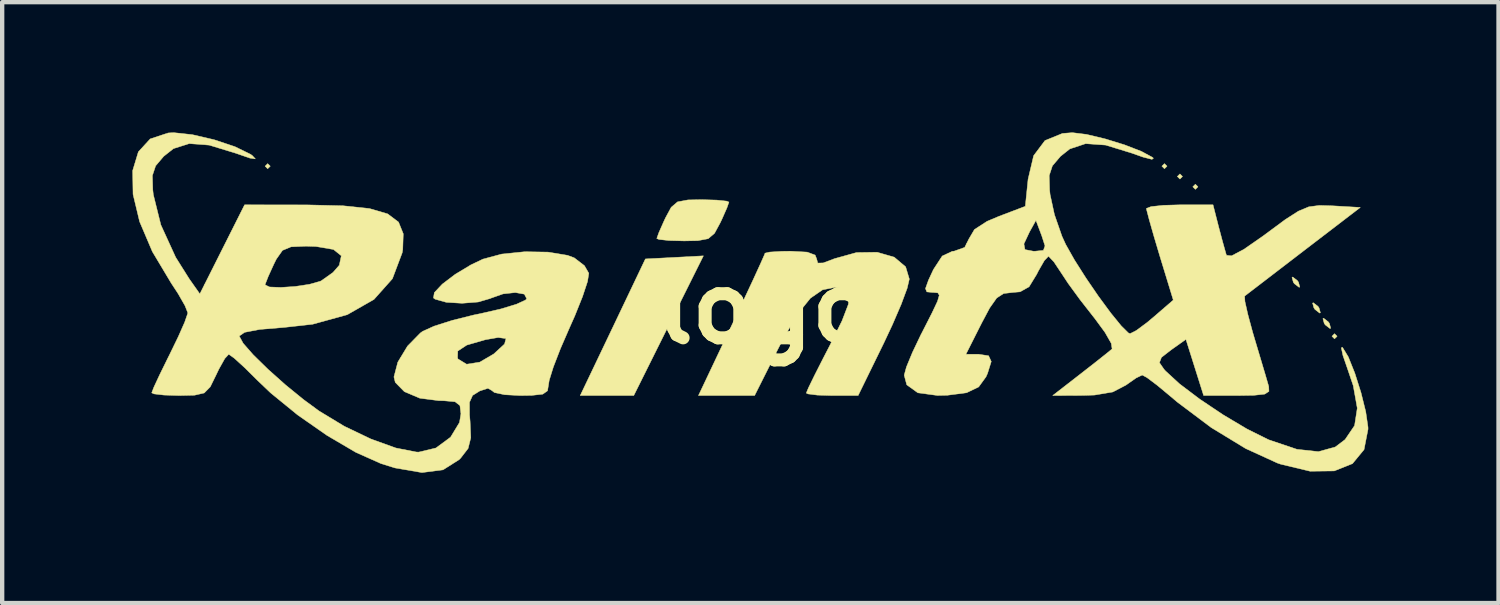
<source format=kicad_pcb>
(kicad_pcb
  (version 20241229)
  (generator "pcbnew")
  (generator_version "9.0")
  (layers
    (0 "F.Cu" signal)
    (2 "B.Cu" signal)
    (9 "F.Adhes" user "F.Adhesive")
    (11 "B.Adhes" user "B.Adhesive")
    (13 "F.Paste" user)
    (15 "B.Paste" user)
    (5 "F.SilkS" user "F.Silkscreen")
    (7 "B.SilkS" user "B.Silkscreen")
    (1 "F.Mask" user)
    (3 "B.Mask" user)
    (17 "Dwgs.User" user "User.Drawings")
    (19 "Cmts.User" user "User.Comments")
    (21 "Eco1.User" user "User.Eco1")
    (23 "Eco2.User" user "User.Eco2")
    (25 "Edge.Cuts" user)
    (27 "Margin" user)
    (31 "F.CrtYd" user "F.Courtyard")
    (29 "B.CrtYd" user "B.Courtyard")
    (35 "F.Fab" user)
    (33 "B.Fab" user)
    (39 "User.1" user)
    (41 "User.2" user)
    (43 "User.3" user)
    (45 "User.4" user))
  (footprint "logo"
    (layer "F.Cu")
    (at 14.568 4.041)
    (property "Reference" "logo" (at 0 0 0) (layer "F.SilkS") (effects (font (size 1.524 1.524) (thickness 0.3))))
    (attr through_hole)
    (fp_poly (pts (xy -11.394 -3.264) (xy -11.454 -3.205) (xy -11.513 -3.264) (xy -11.454 -3.323) (xy -11.394 -3.264)) (stroke (width 0.01) (type solid)) (fill yes) (layer "F.SilkS"))
    (fp_poly (pts (xy 9.258 -3.264) (xy 9.199 -3.205) (xy 9.139 -3.264) (xy 9.199 -3.323) (xy 9.258 -3.264)) (stroke (width 0.01) (type solid)) (fill yes) (layer "F.SilkS"))
    (fp_poly (pts (xy 9.614 -3.027) (xy 9.555 -2.967) (xy 9.495 -3.027) (xy 9.555 -3.086) (xy 9.614 -3.027)) (stroke (width 0.01) (type solid)) (fill yes) (layer "F.SilkS"))
    (fp_poly (pts (xy 9.97 -2.789) (xy 9.911 -2.73) (xy 9.851 -2.789) (xy 9.911 -2.849) (xy 9.97 -2.789)) (stroke (width 0.01) (type solid)) (fill yes) (layer "F.SilkS"))
    (fp_poly (pts (xy 13.175 0.653) (xy 13.115 0.712) (xy 13.056 0.653) (xy 13.115 0.593) (xy 13.175 0.653)) (stroke (width 0.01) (type solid)) (fill yes) (layer "F.SilkS"))
    (fp_poly (pts (xy -2.221 0.409) (xy -3.023 2.018) (xy -4.256 2.018) (xy -3.505 0.445) (xy -2.755 -1.128) (xy -2.087 -1.163) (xy -1.419 -1.199) (xy -2.221 0.409)) (stroke (width 0.01) (type solid)) (fill yes) (layer "F.SilkS"))
    (fp_poly (pts (xy 12.26 -0.629) (xy 12.285 -0.593) (xy 12.315 -0.482) (xy 12.299 -0.475) (xy 12.19 -0.558) (xy 12.166 -0.593) (xy 12.136 -0.704) (xy 12.152 -0.712) (xy 12.26 -0.629)) (stroke (width 0.01) (type solid)) (fill yes) (layer "F.SilkS"))
    (fp_poly (pts (xy 12.735 -0.035) (xy 12.759 0) (xy 12.79 0.111) (xy 12.773 0.119) (xy 12.665 0.035) (xy 12.641 0) (xy 12.61 -0.111) (xy 12.627 -0.119) (xy 12.735 -0.035)) (stroke (width 0.01) (type solid)) (fill yes) (layer "F.SilkS"))
    (fp_poly (pts (xy 12.972 0.321) (xy 12.997 0.356) (xy 13.027 0.467) (xy 13.011 0.475) (xy 12.902 0.391) (xy 12.878 0.356) (xy 12.848 0.245) (xy 12.864 0.237) (xy 12.972 0.321)) (stroke (width 0.01) (type solid)) (fill yes) (layer "F.SilkS"))
    (fp_poly (pts (xy -1.111 -2.483) (xy -0.882 -2.459) (xy -0.831 -2.437) (xy -0.877 -2.305) (xy -0.992 -2.044) (xy -1.031 -1.962) (xy -1.163 -1.718) (xy -1.309 -1.594) (xy -1.548 -1.549) (xy -1.862 -1.543) (xy -2.212 -1.552) (xy -2.441 -1.577) (xy -2.493 -1.598) (xy -2.446 -1.731) (xy -2.331 -1.991) (xy -2.293 -2.073) (xy -2.161 -2.317) (xy -2.015 -2.442) (xy -1.775 -2.487) (xy -1.462 -2.493) (xy -1.111 -2.483)) (stroke (width 0.01) (type solid)) (fill yes) (layer "F.SilkS"))
    (fp_poly (pts (xy 0.971 -1.285) (xy 1.154 -1.217) (xy 1.187 -1.134) (xy 1.215 -1.033) (xy 1.34 -1.036) (xy 1.599 -1.134) (xy 2.107 -1.275) (xy 2.582 -1.282) (xy 2.975 -1.169) (xy 3.238 -0.947) (xy 3.323 -0.665) (xy 3.273 -0.452) (xy 3.136 -0.083) (xy 2.934 0.386) (xy 2.734 0.812) (xy 2.144 2.018) (xy 1.547 2.018) (xy 1.207 2.008) (xy 0.991 1.981) (xy 0.95 1.961) (xy 1.001 1.838) (xy 1.14 1.553) (xy 1.343 1.153) (xy 1.5 0.849) (xy 1.773 0.298) (xy 1.919 -0.082) (xy 1.942 -0.318) (xy 1.842 -0.44) (xy 1.625 -0.475) (xy 1.622 -0.475) (xy 1.325 -0.417) (xy 1.046 -0.225) (xy 0.76 0.129) (xy 0.441 0.671) (xy 0.292 0.959) (xy -0.24 2.018) (xy -1.533 2.018) (xy -0.767 0.401) (xy -0.5 -0.165) (xy -0.273 -0.65) (xy -0.105 -1.017) (xy -0.012 -1.227) (xy 0 -1.261) (xy 0.107 -1.286) (xy 0.38 -1.303) (xy 0.593 -1.306) (xy 0.971 -1.285)) (stroke (width 0.01) (type solid)) (fill yes) (layer "F.SilkS"))
    (fp_poly (pts (xy -13.189 -3.99) (xy -12.686 -3.873) (xy -12.207 -3.713) (xy -11.849 -3.538) (xy -11.808 -3.509) (xy -11.737 -3.432) (xy -11.863 -3.45) (xy -12.196 -3.565) (xy -12.197 -3.565) (xy -12.8 -3.749) (xy -13.26 -3.784) (xy -13.623 -3.669) (xy -13.848 -3.491) (xy -14.034 -3.272) (xy -14.109 -3.047) (xy -14.099 -2.717) (xy -14.087 -2.609) (xy -13.914 -1.912) (xy -13.572 -1.165) (xy -13.258 -0.666) (xy -13.016 -0.323) (xy -12.912 -0.53) (xy -11.513 -0.53) (xy -11.41 -0.482) (xy -11.152 -0.472) (xy -10.819 -0.494) (xy -10.489 -0.544) (xy -10.242 -0.614) (xy -10.219 -0.625) (xy -9.95 -0.816) (xy -9.804 -0.983) (xy -9.758 -1.201) (xy -9.938 -1.346) (xy -10.343 -1.415) (xy -10.571 -1.422) (xy -10.915 -1.407) (xy -11.112 -1.325) (xy -11.254 -1.124) (xy -11.313 -1.005) (xy -11.441 -0.724) (xy -11.509 -0.549) (xy -11.513 -0.53) (xy -12.912 -0.53) (xy -11.985 -2.374) (xy -10.533 -2.372) (xy -9.714 -2.352) (xy -9.108 -2.288) (xy -8.691 -2.166) (xy -8.44 -1.977) (xy -8.331 -1.707) (xy -8.343 -1.346) (xy -8.356 -1.269) (xy -8.581 -0.672) (xy -9.006 -0.195) (xy -9.621 0.156) (xy -10.418 0.376) (xy -11.066 0.448) (xy -11.64 0.496) (xy -11.984 0.562) (xy -12.106 0.646) (xy -12.107 0.652) (xy -12.019 0.814) (xy -11.785 1.081) (xy -11.447 1.412) (xy -11.046 1.77) (xy -10.625 2.113) (xy -10.27 2.374) (xy -9.688 2.726) (xy -9.076 3.019) (xy -8.502 3.226) (xy -8.035 3.318) (xy -7.977 3.321) (xy -7.579 3.226) (xy -7.242 2.977) (xy -7.036 2.638) (xy -7.003 2.439) (xy -7.026 2.249) (xy -7.138 2.161) (xy -7.404 2.137) (xy -7.511 2.136) (xy -7.951 2.079) (xy -8.306 1.928) (xy -8.515 1.715) (xy -8.546 1.59) (xy -8.457 1.25) (xy -8.4 1.155) (xy -7.081 1.155) (xy -7.069 1.177) (xy -6.871 1.297) (xy -6.57 1.249) (xy -6.247 1.06) (xy -5.999 0.832) (xy -5.965 0.706) (xy -6.145 0.681) (xy -6.439 0.732) (xy -6.868 0.856) (xy -7.076 0.993) (xy -7.081 1.155) (xy -8.4 1.155) (xy -8.233 0.879) (xy -7.937 0.577) (xy -7.884 0.539) (xy -7.621 0.42) (xy -7.201 0.286) (xy -6.703 0.162) (xy -6.551 0.131) (xy -6.089 0.025) (xy -5.725 -0.085) (xy -5.516 -0.181) (xy -5.488 -0.212) (xy -5.543 -0.317) (xy -5.75 -0.354) (xy -6.033 -0.323) (xy -6.317 -0.223) (xy -6.328 -0.217) (xy -6.606 -0.136) (xy -6.976 -0.107) (xy -7.34 -0.129) (xy -7.597 -0.201) (xy -7.636 -0.23) (xy -7.615 -0.354) (xy -7.432 -0.548) (xy -7.136 -0.773) (xy -6.776 -0.99) (xy -6.496 -1.124) (xy -6.063 -1.24) (xy -5.532 -1.294) (xy -4.996 -1.285) (xy -4.548 -1.211) (xy -4.393 -1.153) (xy -4.159 -0.973) (xy -4.058 -0.798) (xy -4.088 -0.607) (xy -4.203 -0.26) (xy -4.381 0.184) (xy -4.502 0.456) (xy -4.711 0.937) (xy -4.875 1.361) (xy -4.97 1.667) (xy -4.985 1.762) (xy -5.009 1.909) (xy -5.118 1.986) (xy -5.37 2.014) (xy -5.638 2.018) (xy -5.995 1.999) (xy -6.232 1.949) (xy -6.291 1.902) (xy -6.38 1.851) (xy -6.569 1.912) (xy -6.735 2.016) (xy -6.806 2.174) (xy -6.805 2.463) (xy -6.792 2.613) (xy -6.776 2.99) (xy -6.838 3.237) (xy -7.008 3.457) (xy -7.043 3.493) (xy -7.414 3.728) (xy -7.9 3.792) (xy -8.522 3.685) (xy -8.844 3.585) (xy -9.424 3.326) (xy -10.088 2.936) (xy -10.766 2.463) (xy -11.387 1.956) (xy -11.687 1.67) (xy -11.987 1.373) (xy -12.223 1.158) (xy -12.348 1.069) (xy -12.351 1.068) (xy -12.441 1.166) (xy -12.579 1.413) (xy -12.641 1.543) (xy -12.776 1.818) (xy -12.915 1.959) (xy -13.136 2.01) (xy -13.49 2.018) (xy -13.841 2.007) (xy -14.072 1.98) (xy -14.124 1.955) (xy -14.075 1.827) (xy -13.943 1.543) (xy -13.755 1.16) (xy -13.709 1.068) (xy -13.511 0.66) (xy -13.364 0.327) (xy -13.296 0.13) (xy -13.293 0.113) (xy -13.357 -0.05) (xy -13.519 -0.333) (xy -13.674 -0.569) (xy -14.109 -1.296) (xy -14.403 -1.987) (xy -14.554 -2.617) (xy -14.563 -3.161) (xy -14.432 -3.594) (xy -14.159 -3.892) (xy -13.746 -4.029) (xy -13.617 -4.036) (xy -13.189 -3.99)) (stroke (width 0.01) (type solid)) (fill yes) (layer "F.SilkS"))
    (fp_poly (pts (xy 7.403 -3.996) (xy 7.83 -3.894) (xy 8.278 -3.756) (xy 8.668 -3.605) (xy 8.92 -3.469) (xy 8.945 -3.447) (xy 8.911 -3.421) (xy 8.704 -3.474) (xy 8.446 -3.565) (xy 7.844 -3.75) (xy 7.383 -3.783) (xy 7.019 -3.662) (xy 6.804 -3.491) (xy 6.618 -3.272) (xy 6.544 -3.047) (xy 6.554 -2.715) (xy 6.565 -2.611) (xy 6.665 -2.149) (xy 6.838 -1.651) (xy 6.924 -1.463) (xy 7.126 -1.105) (xy 7.389 -0.691) (xy 7.679 -0.267) (xy 7.962 0.117) (xy 8.204 0.414) (xy 8.369 0.577) (xy 8.407 0.593) (xy 8.547 0.522) (xy 8.795 0.339) (xy 8.954 0.206) (xy 9.402 -0.181) (xy 9.092 -1.194) (xy 8.955 -1.654) (xy 8.849 -2.026) (xy 8.79 -2.252) (xy 8.783 -2.291) (xy 8.891 -2.333) (xy 9.174 -2.363) (xy 9.55 -2.374) (xy 10.317 -2.374) (xy 10.446 -1.869) (xy 10.538 -1.523) (xy 10.611 -1.263) (xy 10.627 -1.212) (xy 10.743 -1.199) (xy 11.026 -1.348) (xy 11.468 -1.655) (xy 11.56 -1.723) (xy 11.983 -2.036) (xy 12.283 -2.228) (xy 12.522 -2.328) (xy 12.764 -2.36) (xy 13.072 -2.351) (xy 13.075 -2.351) (xy 13.709 -2.314) (xy 12.403 -1.314) (xy 11.926 -0.948) (xy 11.519 -0.636) (xy 11.219 -0.406) (xy 11.06 -0.284) (xy 11.045 -0.272) (xy 11.052 -0.148) (xy 11.118 0.146) (xy 11.228 0.554) (xy 11.267 0.686) (xy 11.404 1.145) (xy 11.52 1.534) (xy 11.592 1.782) (xy 11.6 1.81) (xy 11.605 1.922) (xy 11.508 1.985) (xy 11.263 2.012) (xy 10.88 2.018) (xy 10.101 2.018) (xy 9.897 1.371) (xy 9.693 0.724) (xy 9.35 0.968) (xy 9.129 1.14) (xy 9.083 1.261) (xy 9.189 1.414) (xy 9.222 1.451) (xy 9.546 1.749) (xy 10.013 2.102) (xy 10.554 2.464) (xy 11.097 2.787) (xy 11.572 3.024) (xy 11.611 3.041) (xy 12.249 3.256) (xy 12.745 3.31) (xy 13.132 3.203) (xy 13.358 3.032) (xy 13.577 2.709) (xy 13.639 2.308) (xy 13.546 1.789) (xy 13.416 1.406) (xy 13.309 1.095) (xy 13.271 0.919) (xy 13.298 0.907) (xy 13.432 1.127) (xy 13.582 1.501) (xy 13.724 1.948) (xy 13.834 2.39) (xy 13.886 2.745) (xy 13.887 2.792) (xy 13.795 3.263) (xy 13.529 3.586) (xy 13.109 3.754) (xy 12.553 3.761) (xy 11.877 3.599) (xy 11.798 3.572) (xy 11.068 3.238) (xy 10.275 2.755) (xy 9.492 2.167) (xy 9.34 2.038) (xy 9.032 1.782) (xy 8.795 1.604) (xy 8.687 1.546) (xy 8.545 1.614) (xy 8.316 1.775) (xy 8.308 1.78) (xy 8.009 1.936) (xy 7.587 2.007) (xy 7.319 2.015) (xy 6.625 2.018) (xy 7.259 1.526) (xy 7.596 1.263) (xy 7.861 1.053) (xy 7.993 0.945) (xy 7.974 0.817) (xy 7.829 0.563) (xy 7.588 0.235) (xy 7.563 0.204) (xy 7.257 -0.187) (xy 6.983 -0.562) (xy 6.814 -0.818) (xy 6.652 -1.061) (xy 6.536 -1.183) (xy 6.524 -1.187) (xy 6.433 -1.091) (xy 6.295 -0.851) (xy 6.255 -0.771) (xy 6.081 -0.487) (xy 5.875 -0.371) (xy 5.701 -0.356) (xy 5.496 -0.332) (xy 5.336 -0.229) (xy 5.174 0.000439) (xy 4.985 0.356) (xy 4.626 1.068) (xy 4.924 1.068) (xy 5.149 1.102) (xy 5.21 1.234) (xy 5.124 1.509) (xy 5.089 1.587) (xy 4.92 1.82) (xy 4.641 1.954) (xy 4.201 2.011) (xy 3.97 2.016) (xy 3.519 1.955) (xy 3.264 1.771) (xy 3.205 1.549) (xy 3.257 1.359) (xy 3.394 1.027) (xy 3.588 0.62) (xy 3.621 0.557) (xy 3.845 0.117) (xy 3.972 -0.152) (xy 4.013 -0.293) (xy 3.979 -0.347) (xy 3.881 -0.356) (xy 3.857 -0.356) (xy 3.727 -0.369) (xy 3.695 -0.445) (xy 3.764 -0.639) (xy 3.879 -0.886) (xy 4.081 -1.195) (xy 4.314 -1.304) (xy 4.352 -1.306) (xy 4.598 -1.394) (xy 4.638 -1.475) (xy 5.962 -1.475) (xy 5.986 -1.343) (xy 6.178 -1.306) (xy 6.221 -1.306) (xy 6.41 -1.325) (xy 6.448 -1.428) (xy 6.373 -1.661) (xy 6.239 -2.017) (xy 6.091 -1.75) (xy 5.962 -1.475) (xy 4.638 -1.475) (xy 4.696 -1.59) (xy 4.823 -1.806) (xy 5.113 -1.994) (xy 5.381 -2.107) (xy 5.994 -2.34) (xy 6.058 -2.964) (xy 6.186 -3.506) (xy 6.447 -3.854) (xy 6.849 -4.018) (xy 7.078 -4.036) (xy 7.403 -3.996)) (stroke (width 0.01) (type solid)) (fill yes) (layer "F.SilkS")))
  (gr_rect
    (start -3 -3)
    (end 31.46 10.837)
    (stroke (width 0.1) (type default))
    (fill no)
    (layer "Edge.Cuts")))
</source>
